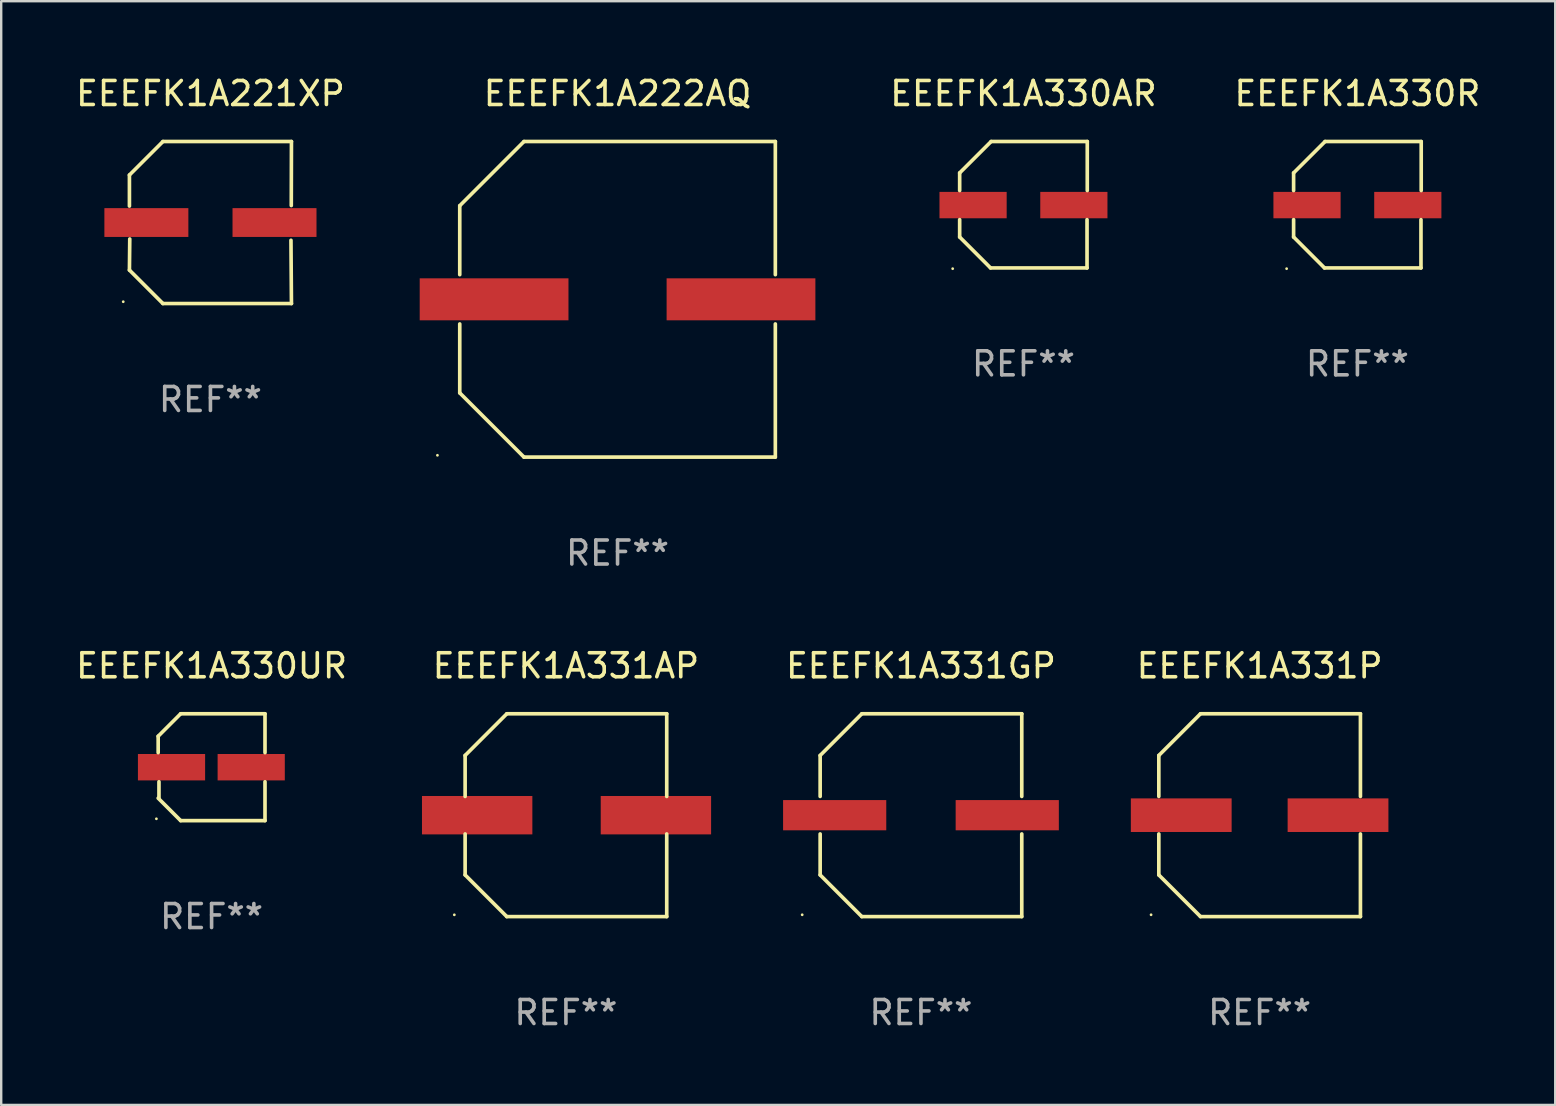
<source format=kicad_pcb>
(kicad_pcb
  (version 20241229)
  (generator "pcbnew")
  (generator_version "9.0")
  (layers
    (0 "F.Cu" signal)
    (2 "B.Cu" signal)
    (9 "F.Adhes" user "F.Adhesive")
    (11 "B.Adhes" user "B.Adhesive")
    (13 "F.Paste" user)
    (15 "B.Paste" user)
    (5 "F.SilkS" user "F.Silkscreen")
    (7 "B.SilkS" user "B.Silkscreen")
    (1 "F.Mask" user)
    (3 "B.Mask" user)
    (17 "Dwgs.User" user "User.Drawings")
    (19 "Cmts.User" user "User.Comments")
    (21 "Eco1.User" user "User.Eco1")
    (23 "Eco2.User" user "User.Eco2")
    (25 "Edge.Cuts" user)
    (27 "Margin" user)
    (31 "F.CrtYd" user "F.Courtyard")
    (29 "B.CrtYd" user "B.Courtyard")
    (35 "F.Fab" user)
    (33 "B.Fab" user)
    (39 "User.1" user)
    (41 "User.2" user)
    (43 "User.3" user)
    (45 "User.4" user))
  (footprint "EEEFK1A330UR"
    (layer "F.Cu")
    (at 5.768 28.923)
    (property "Reference" "EEEFK1A330UR" (at 0 -4.226 0) (layer "F.SilkS") (effects (font (size 1 1) (thickness 0.15))))
    (attr through_hole)
    (fp_line (start -2.226 -1.29) (end -2.226 -0.607) (stroke (width 0.152) (type solid)) (layer "F.SilkS"))
    (fp_line (start -2.193 1.29) (end -2.193 0.607) (stroke (width 0.152) (type solid)) (layer "F.SilkS"))
    (fp_line (start -1.29 2.226) (end -2.226 1.29) (stroke (width 0.152) (type solid)) (layer "F.SilkS"))
    (fp_line (start -1.29 -2.226) (end -2.226 -1.29) (stroke (width 0.152) (type solid)) (layer "F.SilkS"))
    (fp_line (start 2.226 -2.226) (end -1.29 -2.226) (stroke (width 0.152) (type solid)) (layer "F.SilkS"))
    (fp_line (start 2.226 -0.607) (end 2.226 -2.226) (stroke (width 0.152) (type solid)) (layer "F.SilkS"))
    (fp_line (start 2.226 0.607) (end 2.226 2.226) (stroke (width 0.152) (type solid)) (layer "F.SilkS"))
    (fp_line (start 2.226 2.226) (end -1.29 2.226) (stroke (width 0.152) (type solid)) (layer "F.SilkS"))
    (fp_circle (center -2.3 2.15) (end -2.27 2.15) (stroke (width 0.06) (type solid)) (fill no) (layer "F.SilkS"))
    (fp_text user "REF**" (at 0 6.226 0) (layer "F.Fab") (effects (font (size 1 1) (thickness 0.15))))
    (pad "1" smd rect (at -1.67 -0.000025) (size 2.8 1.1) (layers "F.Cu" "F.Mask" "F.Paste"))
    (pad "2" smd rect (at 1.651 -0.000025) (size 2.8 1.1) (layers "F.Cu" "F.Mask" "F.Paste")))
  (footprint "EEEFK1A331GP"
    (layer "F.Cu")
    (at 35.331 30.923)
    (property "Reference" "EEEFK1A331GP" (at 0 -6.226 0) (layer "F.SilkS") (effects (font (size 1 1) (thickness 0.15))))
    (attr through_hole)
    (fp_line (start -4.201 -2.49) (end -4.201 -0.782) (stroke (width 0.152) (type solid)) (layer "F.SilkS"))
    (fp_line (start -4.201 2.49) (end -4.201 0.782) (stroke (width 0.152) (type solid)) (layer "F.SilkS"))
    (fp_line (start -2.465 -4.226) (end -4.201 -2.49) (stroke (width 0.152) (type solid)) (layer "F.SilkS"))
    (fp_line (start -2.465 4.226) (end -4.201 2.49) (stroke (width 0.152) (type solid)) (layer "F.SilkS"))
    (fp_line (start 4.201 -4.226) (end -2.465 -4.226) (stroke (width 0.152) (type solid)) (layer "F.SilkS"))
    (fp_line (start 4.201 -0.782) (end 4.201 -4.226) (stroke (width 0.152) (type solid)) (layer "F.SilkS"))
    (fp_line (start 4.201 0.782) (end 4.201 4.226) (stroke (width 0.152) (type solid)) (layer "F.SilkS"))
    (fp_line (start 4.201 4.226) (end -2.465 4.226) (stroke (width 0.152) (type solid)) (layer "F.SilkS"))
    (fp_circle (center -4.95 4.15) (end -4.92 4.15) (stroke (width 0.06) (type solid)) (fill no) (layer "F.SilkS"))
    (fp_text user "REF**" (at 0 8.226 0) (layer "F.Fab") (effects (font (size 1 1) (thickness 0.15))))
    (pad "1" smd rect (at -3.596 0.000025) (size 4.3 1.26) (layers "F.Cu" "F.Mask" "F.Paste"))
    (pad "2" smd rect (at 3.596 0.000025) (size 4.3 1.26) (layers "F.Cu" "F.Mask" "F.Paste")))
  (footprint "EEEFK1A330R"
    (layer "F.Cu")
    (at 53.52 5.482)
    (property "Reference" "EEEFK1A330R" (at 0 -4.634 0) (layer "F.SilkS") (effects (font (size 1 1) (thickness 0.15))))
    (attr through_hole)
    (fp_line (start -2.659 -1.326) (end -2.659 -0.592) (stroke (width 0.152) (type solid)) (layer "F.SilkS"))
    (fp_line (start -2.659 1.346) (end -2.659 0.622) (stroke (width 0.152) (type solid)) (layer "F.SilkS"))
    (fp_line (start -1.372 2.634) (end -2.659 1.346) (stroke (width 0.152) (type solid)) (layer "F.SilkS"))
    (fp_line (start -1.349 -2.634) (end -2.659 -1.326) (stroke (width 0.152) (type solid)) (layer "F.SilkS"))
    (fp_line (start 2.649 0.622) (end 2.649 2.634) (stroke (width 0.152) (type solid)) (layer "F.SilkS"))
    (fp_line (start 2.649 2.634) (end -1.372 2.634) (stroke (width 0.152) (type solid)) (layer "F.SilkS"))
    (fp_line (start 2.659 -2.634) (end -1.349 -2.634) (stroke (width 0.152) (type solid)) (layer "F.SilkS"))
    (fp_line (start 2.659 -0.592) (end 2.659 -2.634) (stroke (width 0.152) (type solid)) (layer "F.SilkS"))
    (fp_circle (center -2.95 2.665) (end -2.92 2.665) (stroke (width 0.06) (type solid)) (fill no) (layer "F.SilkS"))
    (fp_text user "REF**" (at 0 6.634 0) (layer "F.Fab") (effects (font (size 1 1) (thickness 0.15))))
    (pad "1" smd rect (at -2.1 0.015) (size 2.8 1.1) (layers "F.Cu" "F.Mask" "F.Paste"))
    (pad "2" smd rect (at 2.1 0.015) (size 2.8 1.1) (layers "F.Cu" "F.Mask" "F.Paste")))
  (footprint "EEEFK1A330AR"
    (layer "F.Cu")
    (at 39.603 5.482)
    (property "Reference" "EEEFK1A330AR" (at 0 -4.634 0) (layer "F.SilkS") (effects (font (size 1 1) (thickness 0.15))))
    (attr through_hole)
    (fp_line (start -2.659 -1.326) (end -2.659 -0.592) (stroke (width 0.152) (type solid)) (layer "F.SilkS"))
    (fp_line (start -2.659 1.346) (end -2.659 0.622) (stroke (width 0.152) (type solid)) (layer "F.SilkS"))
    (fp_line (start -1.372 2.634) (end -2.659 1.346) (stroke (width 0.152) (type solid)) (layer "F.SilkS"))
    (fp_line (start -1.349 -2.634) (end -2.659 -1.326) (stroke (width 0.152) (type solid)) (layer "F.SilkS"))
    (fp_line (start 2.649 0.622) (end 2.649 2.634) (stroke (width 0.152) (type solid)) (layer "F.SilkS"))
    (fp_line (start 2.649 2.634) (end -1.372 2.634) (stroke (width 0.152) (type solid)) (layer "F.SilkS"))
    (fp_line (start 2.659 -2.634) (end -1.349 -2.634) (stroke (width 0.152) (type solid)) (layer "F.SilkS"))
    (fp_line (start 2.659 -0.592) (end 2.659 -2.634) (stroke (width 0.152) (type solid)) (layer "F.SilkS"))
    (fp_circle (center -2.95 2.665) (end -2.92 2.665) (stroke (width 0.06) (type solid)) (fill no) (layer "F.SilkS"))
    (fp_text user "REF**" (at 0 6.634 0) (layer "F.Fab") (effects (font (size 1 1) (thickness 0.15))))
    (pad "1" smd rect (at -2.1 0.015) (size 2.8 1.1) (layers "F.Cu" "F.Mask" "F.Paste"))
    (pad "2" smd rect (at 2.1 0.015) (size 2.8 1.1) (layers "F.Cu" "F.Mask" "F.Paste")))
  (footprint "EEEFK1A331AP"
    (layer "F.Cu")
    (at 20.535 30.923)
    (property "Reference" "EEEFK1A331AP" (at 0 -6.226 0) (layer "F.SilkS") (effects (font (size 1 1) (thickness 0.15))))
    (attr through_hole)
    (fp_line (start -4.201 -2.49) (end -4.201 -0.782) (stroke (width 0.152) (type solid)) (layer "F.SilkS"))
    (fp_line (start -4.201 2.49) (end -4.201 0.782) (stroke (width 0.152) (type solid)) (layer "F.SilkS"))
    (fp_line (start -2.465 -4.226) (end -4.201 -2.49) (stroke (width 0.152) (type solid)) (layer "F.SilkS"))
    (fp_line (start -2.465 4.226) (end -4.201 2.49) (stroke (width 0.152) (type solid)) (layer "F.SilkS"))
    (fp_line (start 4.201 -4.226) (end -2.465 -4.226) (stroke (width 0.152) (type solid)) (layer "F.SilkS"))
    (fp_line (start 4.201 -0.782) (end 4.201 -4.226) (stroke (width 0.152) (type solid)) (layer "F.SilkS"))
    (fp_line (start 4.201 0.782) (end 4.201 4.226) (stroke (width 0.152) (type solid)) (layer "F.SilkS"))
    (fp_line (start 4.201 4.226) (end -2.465 4.226) (stroke (width 0.152) (type solid)) (layer "F.SilkS"))
    (fp_circle (center -4.651 4.152) (end -4.621 4.152) (stroke (width 0.06) (type solid)) (fill no) (layer "F.SilkS"))
    (fp_text user "REF**" (at 0 8.226 0) (layer "F.Fab") (effects (font (size 1 1) (thickness 0.15))))
    (pad "1" smd rect (at -3.699 0) (size 4.6 1.6) (layers "F.Cu" "F.Mask" "F.Paste"))
    (pad "2" smd rect (at 3.75 0) (size 4.6 1.6) (layers "F.Cu" "F.Mask" "F.Paste")))
  (footprint "EEEFK1A221XP"
    (layer "F.Cu")
    (at 5.72 6.224)
    (property "Reference" "EEEFK1A221XP" (at 0 -5.376 0) (layer "F.SilkS") (effects (font (size 1 1) (thickness 0.15))))
    (attr through_hole)
    (fp_line (start -3.376 -1.98) (end -3.376 -0.686) (stroke (width 0.152) (type solid)) (layer "F.SilkS"))
    (fp_line (start -3.376 1.981) (end -3.362 0.686) (stroke (width 0.152) (type solid)) (layer "F.SilkS"))
    (fp_line (start -1.981 3.376) (end -3.376 1.981) (stroke (width 0.152) (type solid)) (layer "F.SilkS"))
    (fp_line (start -1.98 -3.376) (end -3.376 -1.98) (stroke (width 0.152) (type solid)) (layer "F.SilkS"))
    (fp_line (start 3.356 0.74) (end 3.376 3.376) (stroke (width 0.152) (type solid)) (layer "F.SilkS"))
    (fp_line (start 3.369 -0.707) (end 3.376 -3.376) (stroke (width 0.152) (type solid)) (layer "F.SilkS"))
    (fp_line (start 3.376 3.376) (end -1.981 3.376) (stroke (width 0.152) (type solid)) (layer "F.SilkS"))
    (fp_line (start 3.376 -3.376) (end -1.98 -3.376) (stroke (width 0.152) (type solid)) (layer "F.SilkS"))
    (fp_circle (center -3.634 3.3) (end -3.604 3.3) (stroke (width 0.06) (type solid)) (fill no) (layer "F.SilkS"))
    (fp_text user "REF**" (at 0 7.376 0) (layer "F.Fab") (effects (font (size 1 1) (thickness 0.15))))
    (pad "1" smd rect (at -2.67 0.000254) (size 3.5 1.2) (layers "F.Cu" "F.Mask" "F.Paste"))
    (pad "2" smd rect (at 2.67 0.000254) (size 3.5 1.2) (layers "F.Cu" "F.Mask" "F.Paste")))
  (footprint "EEEFK1A331P"
    (layer "F.Cu")
    (at 49.445 30.923)
    (property "Reference" "EEEFK1A331P" (at 0 -6.226 0) (layer "F.SilkS") (effects (font (size 1 1) (thickness 0.15))))
    (attr through_hole)
    (fp_line (start -4.201 -2.49) (end -4.201 -0.782) (stroke (width 0.152) (type solid)) (layer "F.SilkS"))
    (fp_line (start -4.201 2.49) (end -4.201 0.782) (stroke (width 0.152) (type solid)) (layer "F.SilkS"))
    (fp_line (start -2.465 -4.226) (end -4.201 -2.49) (stroke (width 0.152) (type solid)) (layer "F.SilkS"))
    (fp_line (start -2.465 4.226) (end -4.201 2.49) (stroke (width 0.152) (type solid)) (layer "F.SilkS"))
    (fp_line (start 4.201 -4.226) (end -2.465 -4.226) (stroke (width 0.152) (type solid)) (layer "F.SilkS"))
    (fp_line (start 4.201 -0.782) (end 4.201 -4.226) (stroke (width 0.152) (type solid)) (layer "F.SilkS"))
    (fp_line (start 4.201 0.782) (end 4.201 4.226) (stroke (width 0.152) (type solid)) (layer "F.SilkS"))
    (fp_line (start 4.201 4.226) (end -2.465 4.226) (stroke (width 0.152) (type solid)) (layer "F.SilkS"))
    (fp_circle (center -4.524 4.15) (end -4.494 4.15) (stroke (width 0.06) (type solid)) (fill no) (layer "F.SilkS"))
    (fp_text user "REF**" (at 0 8.226 0) (layer "F.Fab") (effects (font (size 1 1) (thickness 0.15))))
    (pad "1" smd rect (at -3.267 0) (size 4.2 1.4) (layers "F.Cu" "F.Mask" "F.Paste"))
    (pad "2" smd rect (at 3.267 0) (size 4.2 1.4) (layers "F.Cu" "F.Mask" "F.Paste")))
  (footprint "EEEFK1A222AQ"
    (layer "F.Cu")
    (at 22.686 9.424)
    (property "Reference" "EEEFK1A222AQ" (at 0 -8.576 0) (layer "F.SilkS") (effects (font (size 1 1) (thickness 0.15))))
    (attr through_hole)
    (fp_line (start -6.576 -3.9) (end -6.576 -1.027) (stroke (width 0.152) (type solid)) (layer "F.SilkS"))
    (fp_line (start -6.576 3.9) (end -6.576 1.027) (stroke (width 0.152) (type solid)) (layer "F.SilkS"))
    (fp_line (start -3.9 -6.576) (end -6.576 -3.9) (stroke (width 0.152) (type solid)) (layer "F.SilkS"))
    (fp_line (start -3.9 6.576) (end -6.576 3.9) (stroke (width 0.152) (type solid)) (layer "F.SilkS"))
    (fp_line (start 6.576 -6.576) (end -3.9 -6.576) (stroke (width 0.152) (type solid)) (layer "F.SilkS"))
    (fp_line (start 6.576 -1.027) (end 6.576 -6.576) (stroke (width 0.152) (type solid)) (layer "F.SilkS"))
    (fp_line (start 6.576 1.027) (end 6.576 6.576) (stroke (width 0.152) (type solid)) (layer "F.SilkS"))
    (fp_line (start 6.576 6.576) (end -3.9 6.576) (stroke (width 0.152) (type solid)) (layer "F.SilkS"))
    (fp_circle (center -7.506 6.5) (end -7.476 6.5) (stroke (width 0.06) (type solid)) (fill no) (layer "F.SilkS"))
    (fp_text user "REF**" (at 0 10.576 0) (layer "F.Fab") (effects (font (size 1 1) (thickness 0.15))))
    (pad "1" smd rect (at -5.145 0) (size 6.2 1.75) (layers "F.Cu" "F.Mask" "F.Paste"))
    (pad "2" smd rect (at 5.145 0) (size 6.2 1.75) (layers "F.Cu" "F.Mask" "F.Paste")))
  (gr_rect
    (start -3 -3)
    (end 61.764 42.998)
    (stroke (width 0.1) (type default))
    (fill no)
    (layer "Edge.Cuts")))
</source>
